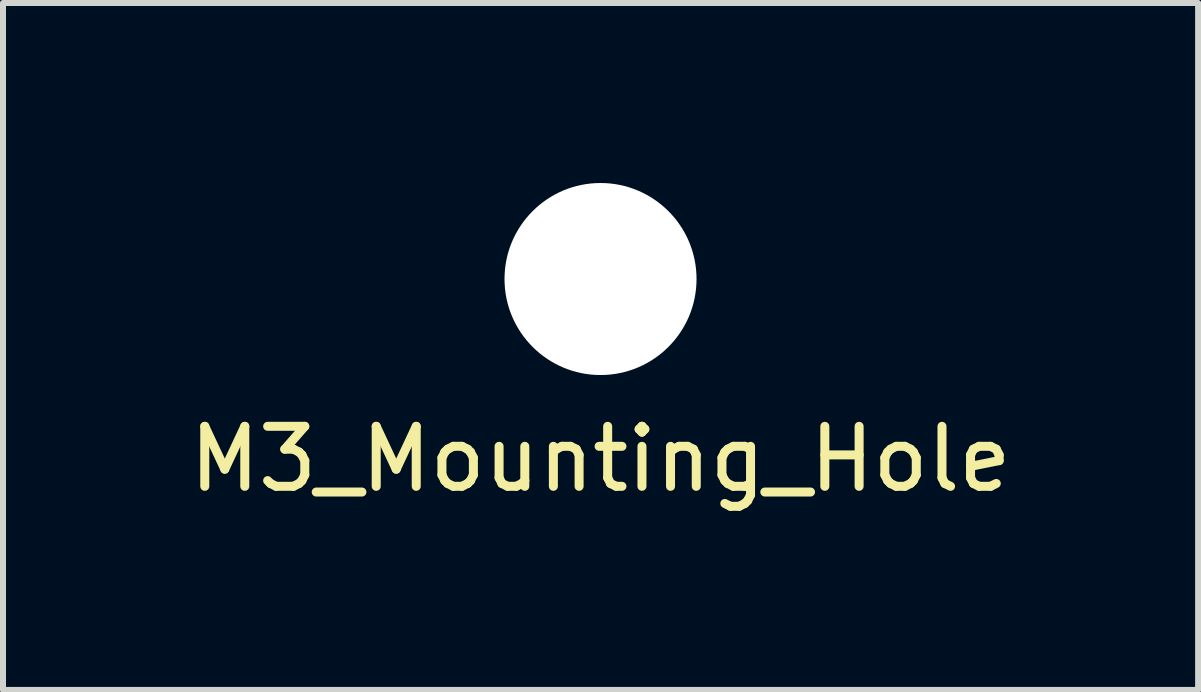
<source format=kicad_pcb>
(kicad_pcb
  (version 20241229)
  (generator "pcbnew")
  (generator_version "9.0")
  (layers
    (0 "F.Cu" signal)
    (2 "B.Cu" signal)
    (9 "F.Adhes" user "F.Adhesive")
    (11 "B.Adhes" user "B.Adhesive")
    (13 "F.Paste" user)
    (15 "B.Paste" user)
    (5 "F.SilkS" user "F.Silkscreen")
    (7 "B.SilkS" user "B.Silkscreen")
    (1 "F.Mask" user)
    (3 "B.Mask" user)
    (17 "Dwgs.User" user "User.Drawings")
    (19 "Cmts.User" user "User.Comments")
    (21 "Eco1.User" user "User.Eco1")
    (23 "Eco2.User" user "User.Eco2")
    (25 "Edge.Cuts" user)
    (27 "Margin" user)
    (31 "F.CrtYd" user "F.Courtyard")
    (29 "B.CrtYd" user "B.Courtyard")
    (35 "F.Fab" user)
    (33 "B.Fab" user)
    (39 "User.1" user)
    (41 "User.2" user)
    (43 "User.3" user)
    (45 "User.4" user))
  (footprint "M3_Mounting_Hole"
    (layer "F.Cu")
    (at 6.958 1.6)
    (property "Reference" "M3_Mounting_Hole" (at 0 3 0) (layer "F.SilkS") (effects (font (size 1 1) (thickness 0.15))))
    (attr through_hole)
    (pad "" np_thru_hole circle (at 0 0) (size 3.2 3.2) (drill 3.2) (layers "*.Cu" "*.Mask")))
  (gr_rect
    (start -3 -3)
    (end 16.917 8.448)
    (stroke (width 0.1) (type default))
    (fill no)
    (layer "Edge.Cuts")))
</source>
